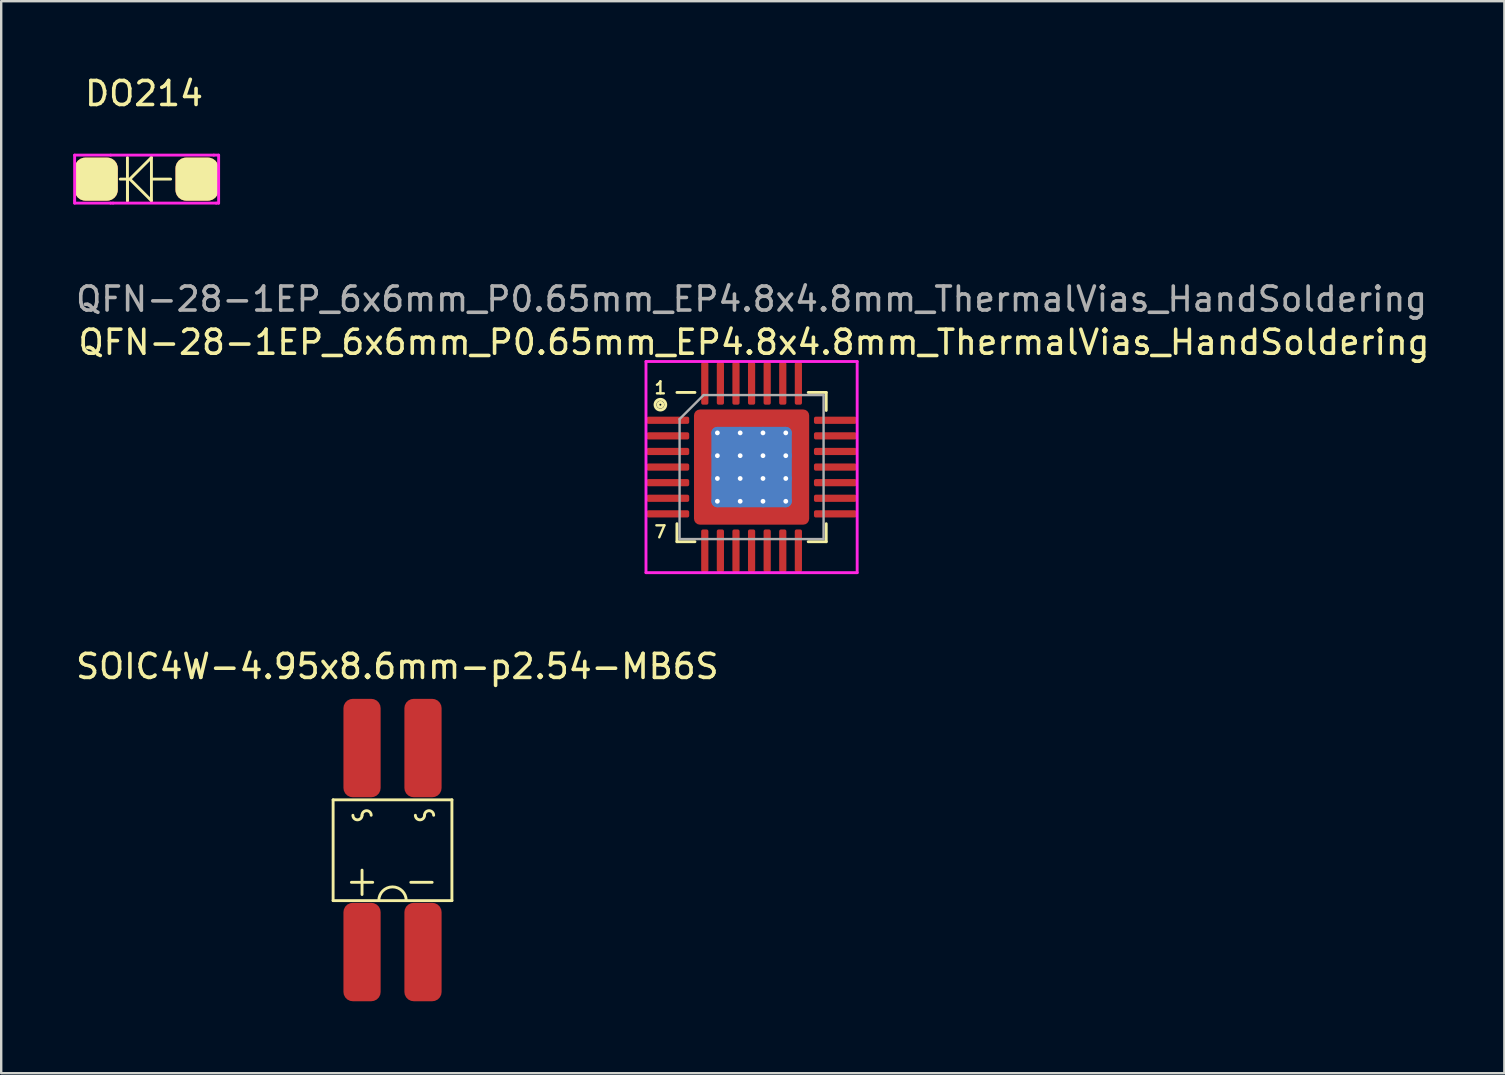
<source format=kicad_pcb>
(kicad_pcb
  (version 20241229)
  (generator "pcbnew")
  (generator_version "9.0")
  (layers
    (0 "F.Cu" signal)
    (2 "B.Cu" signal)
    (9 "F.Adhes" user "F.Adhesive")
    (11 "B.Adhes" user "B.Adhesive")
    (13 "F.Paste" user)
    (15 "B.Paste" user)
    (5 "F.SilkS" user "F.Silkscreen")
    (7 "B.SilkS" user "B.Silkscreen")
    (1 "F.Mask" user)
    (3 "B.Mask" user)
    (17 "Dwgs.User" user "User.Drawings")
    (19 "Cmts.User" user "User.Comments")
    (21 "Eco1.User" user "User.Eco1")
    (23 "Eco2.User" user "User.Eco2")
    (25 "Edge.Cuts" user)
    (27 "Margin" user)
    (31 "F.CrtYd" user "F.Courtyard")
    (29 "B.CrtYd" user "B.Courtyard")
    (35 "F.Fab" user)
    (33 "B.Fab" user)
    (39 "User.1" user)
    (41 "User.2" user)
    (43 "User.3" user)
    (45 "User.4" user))
  (footprint "DO214"
    (layer "F.Cu")
    (at 1.86 5.314)
    (property "Reference" "DO214" (at 1.092 -4.466 0) (layer "F.SilkS") (effects (font (size 1 1) (thickness 0.15))))
    (attr through_hole)
    (fp_line (start 0.4 -1.8) (end 0.4 0) (stroke (width 0.12) (type solid)) (layer "F.SilkS"))
    (fp_line (start 0.4 -0.9) (end 0.1 -0.9) (stroke (width 0.12) (type solid)) (layer "F.SilkS"))
    (fp_line (start 0.4 0) (end 0.4 -0.9) (stroke (width 0.12) (type solid)) (layer "F.SilkS"))
    (fp_line (start 1.4 -1.8) (end 0.5 -0.9) (stroke (width 0.12) (type solid)) (layer "F.SilkS"))
    (fp_line (start 1.4 -1.8) (end 1.4 0) (stroke (width 0.12) (type solid)) (layer "F.SilkS"))
    (fp_line (start 1.4 -0.9) (end 2.2 -0.9) (stroke (width 0.12) (type solid)) (layer "F.SilkS"))
    (fp_line (start 1.4 0) (end 0.5 -0.9) (stroke (width 0.12) (type solid)) (layer "F.SilkS"))
    (fp_line (start -1.8 -1.9) (end -1.8 0) (stroke (width 0.12) (type solid)) (layer "F.CrtYd"))
    (fp_line (start -1.8 0) (end -1.8 0.1) (stroke (width 0.12) (type solid)) (layer "F.CrtYd"))
    (fp_line (start -1.8 0.1) (end -0.3 0.1) (stroke (width 0.12) (type solid)) (layer "F.CrtYd"))
    (fp_line (start -0.3 -1.9) (end -1.8 -1.9) (stroke (width 0.12) (type solid)) (layer "F.CrtYd"))
    (fp_line (start -0.3 -1.9) (end 4 -1.9) (stroke (width 0.12) (type solid)) (layer "F.CrtYd"))
    (fp_line (start -0.3 0.1) (end -0.2 0.1) (stroke (width 0.12) (type solid)) (layer "F.CrtYd"))
    (fp_line (start -0.2 0.1) (end 4.1 0.1) (stroke (width 0.12) (type solid)) (layer "F.CrtYd"))
    (fp_line (start 4 -1.9) (end 4.2 -1.9) (stroke (width 0.12) (type solid)) (layer "F.CrtYd"))
    (fp_line (start 4.2 -1.9) (end 4.2 0.1) (stroke (width 0.12) (type solid)) (layer "F.CrtYd"))
    (fp_line (start 4.2 0.1) (end 4.1 0.1) (stroke (width 0.12) (type solid)) (layer "F.CrtYd"))
    (pad "1" smd roundrect (at -0.9 -0.9) (size 1.8 1.8) (layers "F.Cu" "F.Mask" "F.SilkS" "F.Paste") (roundrect_rratio 0.25))
    (pad "2" smd roundrect (at 3.3 -0.9) (size 1.8 1.8) (layers "F.Cu" "F.Mask" "F.SilkS" "F.Paste") (roundrect_rratio 0.25)))
  (footprint "QFN-28-1EP_6x6mm_P0.65mm_EP4.8x4.8mm_ThermalVias_HandSoldering"
    (layer "F.Cu")
    (at 28.268 16.413)
    (property "Reference" "QFN-28-1EP_6x6mm_P0.65mm_EP4.8x4.8mm_ThermalVias_HandSoldering" (at 0.1 -5.2 0) (layer "F.SilkS") (effects (font (size 1 1) (thickness 0.15))))
    (attr smd)
    (fp_line (start -3.11 3.11) (end -3.11 2.36) (stroke (width 0.12) (type solid)) (layer "F.SilkS"))
    (fp_line (start -2.36 -3.11) (end -3.11 -3.11) (stroke (width 0.12) (type solid)) (layer "F.SilkS"))
    (fp_line (start -2.36 3.11) (end -3.11 3.11) (stroke (width 0.12) (type solid)) (layer "F.SilkS"))
    (fp_line (start 2.36 -3.11) (end 3.11 -3.11) (stroke (width 0.12) (type solid)) (layer "F.SilkS"))
    (fp_line (start 2.36 3.11) (end 3.11 3.11) (stroke (width 0.12) (type solid)) (layer "F.SilkS"))
    (fp_line (start 3.11 -3.11) (end 3.11 -2.36) (stroke (width 0.12) (type solid)) (layer "F.SilkS"))
    (fp_line (start 3.11 3.11) (end 3.11 2.36) (stroke (width 0.12) (type solid)) (layer "F.SilkS"))
    (fp_circle (center -3.8 -2.6) (end -4 -2.7) (stroke (width 0.12) (type solid)) (fill no) (layer "F.SilkS"))
    (fp_circle (center -3.8 -2.6) (end -3.9 -2.6) (stroke (width 0.12) (type solid)) (fill no) (layer "F.SilkS"))
    (fp_line (start -4.4 -4.4) (end 4.4 -4.4) (stroke (width 0.12) (type solid)) (layer "F.CrtYd"))
    (fp_line (start -4.4 4.4) (end -4.4 -4.4) (stroke (width 0.12) (type solid)) (layer "F.CrtYd"))
    (fp_line (start 4.4 -4.4) (end 4.4 4.4) (stroke (width 0.12) (type solid)) (layer "F.CrtYd"))
    (fp_line (start 4.4 4.4) (end -4.4 4.4) (stroke (width 0.12) (type solid)) (layer "F.CrtYd"))
    (fp_line (start -3 -2) (end -2 -3) (stroke (width 0.1) (type solid)) (layer "F.Fab"))
    (fp_line (start -3 3) (end -3 -2) (stroke (width 0.1) (type solid)) (layer "F.Fab"))
    (fp_line (start -2 -3) (end 3 -3) (stroke (width 0.1) (type solid)) (layer "F.Fab"))
    (fp_line (start 3 -3) (end 3 3) (stroke (width 0.1) (type solid)) (layer "F.Fab"))
    (fp_line (start 3 3) (end -3 3) (stroke (width 0.1) (type solid)) (layer "F.Fab"))
    (fp_text user "1" (at -3.8 -3.3 0) (layer "F.SilkS") (effects (font (size 0.5 0.5) (thickness 0.1))))
    (fp_text user "7" (at -3.8 2.7 180) (layer "F.SilkS") (effects (font (size 0.5 0.5) (thickness 0.1))))
    (fp_text user "${REFERENCE}" (at 0 -7 0) (layer "F.Fab") (effects (font (size 1 1) (thickness 0.15))))
    (pad "" smd roundrect (at -1.913 -1.913) (size 0.786 0.786) (layers "F.Paste") (roundrect_rratio 0.25))
    (pad "" smd roundrect (at -1.913 -0.95) (size 0.786 0.766) (layers "F.Paste") (roundrect_rratio 0.25))
    (pad "" smd roundrect (at -1.913 0) (size 0.786 0.766) (layers "F.Paste") (roundrect_rratio 0.25))
    (pad "" smd roundrect (at -1.913 0.95) (size 0.786 0.766) (layers "F.Paste") (roundrect_rratio 0.25))
    (pad "" smd roundrect (at -1.913 1.913) (size 0.786 0.786) (layers "F.Paste") (roundrect_rratio 0.25))
    (pad "" smd roundrect (at -0.95 -1.913) (size 0.766 0.786) (layers "F.Paste") (roundrect_rratio 0.25))
    (pad "" smd roundrect (at -0.95 -0.95) (size 0.766 0.766) (layers "F.Paste") (roundrect_rratio 0.25))
    (pad "" smd roundrect (at -0.95 0) (size 0.766 0.766) (layers "F.Paste") (roundrect_rratio 0.25))
    (pad "" smd roundrect (at -0.95 0.95) (size 0.766 0.766) (layers "F.Paste") (roundrect_rratio 0.25))
    (pad "" smd roundrect (at -0.95 1.913) (size 0.766 0.786) (layers "F.Paste") (roundrect_rratio 0.25))
    (pad "" smd roundrect (at 0 -1.913) (size 0.766 0.786) (layers "F.Paste") (roundrect_rratio 0.25))
    (pad "" smd roundrect (at 0 -0.95) (size 0.766 0.766) (layers "F.Paste") (roundrect_rratio 0.25))
    (pad "" smd roundrect (at 0 0) (size 0.766 0.766) (layers "F.Paste") (roundrect_rratio 0.25))
    (pad "" smd roundrect (at 0 0.95) (size 0.766 0.766) (layers "F.Paste") (roundrect_rratio 0.25))
    (pad "" smd roundrect (at 0 1.913) (size 0.766 0.786) (layers "F.Paste") (roundrect_rratio 0.25))
    (pad "" smd roundrect (at 0.95 -1.913) (size 0.766 0.786) (layers "F.Paste") (roundrect_rratio 0.25))
    (pad "" smd roundrect (at 0.95 -0.95) (size 0.766 0.766) (layers "F.Paste") (roundrect_rratio 0.25))
    (pad "" smd roundrect (at 0.95 0) (size 0.766 0.766) (layers "F.Paste") (roundrect_rratio 0.25))
    (pad "" smd roundrect (at 0.95 0.95) (size 0.766 0.766) (layers "F.Paste") (roundrect_rratio 0.25))
    (pad "" smd roundrect (at 0.95 1.913) (size 0.766 0.786) (layers "F.Paste") (roundrect_rratio 0.25))
    (pad "" smd roundrect (at 1.913 -1.913) (size 0.786 0.786) (layers "F.Paste") (roundrect_rratio 0.25))
    (pad "" smd roundrect (at 1.913 -0.95) (size 0.786 0.766) (layers "F.Paste") (roundrect_rratio 0.25))
    (pad "" smd roundrect (at 1.913 0) (size 0.786 0.766) (layers "F.Paste") (roundrect_rratio 0.25))
    (pad "" smd roundrect (at 1.913 0.95) (size 0.786 0.766) (layers "F.Paste") (roundrect_rratio 0.25))
    (pad "" smd roundrect (at 1.913 1.913) (size 0.786 0.786) (layers "F.Paste") (roundrect_rratio 0.25))
    (pad "1" smd roundrect (at -2.987 -1.95) (size 1.775 0.3) (drill (offset -0.5 0)) (layers "F.Cu" "F.Mask" "F.Paste") (roundrect_rratio 0.25))
    (pad "2" smd roundrect (at -2.987 -1.3) (size 1.775 0.3) (drill (offset -0.5 0)) (layers "F.Cu" "F.Mask" "F.Paste") (roundrect_rratio 0.25))
    (pad "3" smd roundrect (at -2.987 -0.65) (size 1.775 0.3) (drill (offset -0.5 0)) (layers "F.Cu" "F.Mask" "F.Paste") (roundrect_rratio 0.25))
    (pad "4" smd roundrect (at -2.987 0) (size 1.775 0.3) (drill (offset -0.5 0)) (layers "F.Cu" "F.Mask" "F.Paste") (roundrect_rratio 0.25))
    (pad "5" smd roundrect (at -2.987 0.65) (size 1.775 0.3) (drill (offset -0.5 0)) (layers "F.Cu" "F.Mask" "F.Paste") (roundrect_rratio 0.25))
    (pad "6" smd roundrect (at -2.987 1.3) (size 1.775 0.3) (drill (offset -0.5 0)) (layers "F.Cu" "F.Mask" "F.Paste") (roundrect_rratio 0.25))
    (pad "7" smd roundrect (at -2.987 1.95) (size 1.775 0.3) (drill (offset -0.5 0)) (layers "F.Cu" "F.Mask" "F.Paste") (roundrect_rratio 0.25))
    (pad "8" smd roundrect (at -1.95 2.987) (size 0.3 1.775) (drill (offset 0 0.5)) (layers "F.Cu" "F.Mask" "F.Paste") (roundrect_rratio 0.25))
    (pad "9" smd roundrect (at -1.3 2.987) (size 0.3 1.775) (drill (offset 0 0.5)) (layers "F.Cu" "F.Mask" "F.Paste") (roundrect_rratio 0.25))
    (pad "10" smd roundrect (at -0.65 2.987) (size 0.3 1.775) (drill (offset 0 0.5)) (layers "F.Cu" "F.Mask" "F.Paste") (roundrect_rratio 0.25))
    (pad "11" smd roundrect (at 0 2.987) (size 0.3 1.775) (drill (offset 0 0.5)) (layers "F.Cu" "F.Mask" "F.Paste") (roundrect_rratio 0.25))
    (pad "12" smd roundrect (at 0.65 2.987) (size 0.3 1.775) (drill (offset 0 0.5)) (layers "F.Cu" "F.Mask" "F.Paste") (roundrect_rratio 0.25))
    (pad "13" smd roundrect (at 1.3 2.987) (size 0.3 1.775) (drill (offset 0 0.5)) (layers "F.Cu" "F.Mask" "F.Paste") (roundrect_rratio 0.25))
    (pad "14" smd roundrect (at 1.95 2.987) (size 0.3 1.775) (drill (offset 0 0.5)) (layers "F.Cu" "F.Mask" "F.Paste") (roundrect_rratio 0.25))
    (pad "15" smd roundrect (at 2.987 1.95) (size 1.775 0.3) (drill (offset 0.5 0)) (layers "F.Cu" "F.Mask" "F.Paste") (roundrect_rratio 0.25))
    (pad "16" smd roundrect (at 2.987 1.3) (size 1.775 0.3) (drill (offset 0.5 0)) (layers "F.Cu" "F.Mask" "F.Paste") (roundrect_rratio 0.25))
    (pad "17" smd roundrect (at 2.987 0.65) (size 1.775 0.3) (drill (offset 0.5 0)) (layers "F.Cu" "F.Mask" "F.Paste") (roundrect_rratio 0.25))
    (pad "18" smd roundrect (at 2.987 0) (size 1.775 0.3) (drill (offset 0.5 0)) (layers "F.Cu" "F.Mask" "F.Paste") (roundrect_rratio 0.25))
    (pad "19" smd roundrect (at 2.987 -0.65) (size 1.775 0.3) (drill (offset 0.5 0)) (layers "F.Cu" "F.Mask" "F.Paste") (roundrect_rratio 0.25))
    (pad "20" smd roundrect (at 2.987 -1.3) (size 1.775 0.3) (drill (offset 0.5 0)) (layers "F.Cu" "F.Mask" "F.Paste") (roundrect_rratio 0.25))
    (pad "21" smd roundrect (at 2.987 -1.95) (size 1.775 0.3) (drill (offset 0.5 0)) (layers "F.Cu" "F.Mask" "F.Paste") (roundrect_rratio 0.25))
    (pad "22" smd roundrect (at 1.95 -2.987) (size 0.3 1.775) (drill (offset 0 -0.5)) (layers "F.Cu" "F.Mask" "F.Paste") (roundrect_rratio 0.25))
    (pad "23" smd roundrect (at 1.3 -2.987) (size 0.3 1.775) (drill (offset 0 -0.5)) (layers "F.Cu" "F.Mask" "F.Paste") (roundrect_rratio 0.25))
    (pad "24" smd roundrect (at 0.65 -2.987) (size 0.3 1.775) (drill (offset 0 -0.5)) (layers "F.Cu" "F.Mask" "F.Paste") (roundrect_rratio 0.25))
    (pad "25" smd roundrect (at 0 -2.987) (size 0.3 1.775) (drill (offset 0 -0.5)) (layers "F.Cu" "F.Mask" "F.Paste") (roundrect_rratio 0.25))
    (pad "26" smd roundrect (at -0.65 -2.987) (size 0.3 1.775) (drill (offset 0 -0.5)) (layers "F.Cu" "F.Mask" "F.Paste") (roundrect_rratio 0.25))
    (pad "27" smd roundrect (at -1.3 -2.987) (size 0.3 1.775) (drill (offset 0 -0.5)) (layers "F.Cu" "F.Mask" "F.Paste") (roundrect_rratio 0.25))
    (pad "28" smd roundrect (at -1.95 -2.987) (size 0.3 1.775) (drill (offset 0 -0.5)) (layers "F.Cu" "F.Mask" "F.Paste") (roundrect_rratio 0.25))
    (pad "29" thru_hole circle (at -1.425 -1.425) (size 0.5 0.5) (drill 0.2) (layers "*.Cu"))
    (pad "29" thru_hole circle (at -1.425 -0.475) (size 0.5 0.5) (drill 0.2) (layers "*.Cu"))
    (pad "29" thru_hole circle (at -1.425 0.475) (size 0.5 0.5) (drill 0.2) (layers "*.Cu"))
    (pad "29" thru_hole circle (at -1.425 1.425) (size 0.5 0.5) (drill 0.2) (layers "*.Cu"))
    (pad "29" thru_hole circle (at -0.475 -1.425) (size 0.5 0.5) (drill 0.2) (layers "*.Cu"))
    (pad "29" thru_hole circle (at -0.475 -0.475) (size 0.5 0.5) (drill 0.2) (layers "*.Cu"))
    (pad "29" thru_hole circle (at -0.475 0.475) (size 0.5 0.5) (drill 0.2) (layers "*.Cu"))
    (pad "29" thru_hole circle (at -0.475 1.425) (size 0.5 0.5) (drill 0.2) (layers "*.Cu"))
    (pad "29" smd roundrect (at 0 0) (size 3.35 3.35) (layers "B.Cu") (roundrect_rratio 0.075))
    (pad "29" smd roundrect (at 0 0) (size 4.8 4.8) (layers "F.Cu" "F.Mask") (roundrect_rratio 0.052))
    (pad "29" thru_hole circle (at 0.475 -1.425) (size 0.5 0.5) (drill 0.2) (layers "*.Cu"))
    (pad "29" thru_hole circle (at 0.475 -0.475) (size 0.5 0.5) (drill 0.2) (layers "*.Cu"))
    (pad "29" thru_hole circle (at 0.475 0.475) (size 0.5 0.5) (drill 0.2) (layers "*.Cu"))
    (pad "29" thru_hole circle (at 0.475 1.425) (size 0.5 0.5) (drill 0.2) (layers "*.Cu"))
    (pad "29" thru_hole circle (at 1.425 -1.425) (size 0.5 0.5) (drill 0.2) (layers "*.Cu"))
    (pad "29" thru_hole circle (at 1.425 -0.475) (size 0.5 0.5) (drill 0.2) (layers "*.Cu"))
    (pad "29" thru_hole circle (at 1.425 0.475) (size 0.5 0.5) (drill 0.2) (layers "*.Cu"))
    (pad "29" thru_hole circle (at 1.425 1.425) (size 0.5 0.5) (drill 0.2) (layers "*.Cu")))
  (footprint "SOIC4W-4.95x8.6mm-p2.54-MB6S"
    (layer "F.Cu")
    (at 13.306 32.171)
    (property "Reference" "SOIC4W-4.95x8.6mm-p2.54-MB6S" (at 0.2 -7.45 0) (layer "F.SilkS") (effects (font (size 1 1) (thickness 0.15))))
    (attr through_hole)
    (fp_line (start -2.475 -1.893) (end 2.475 -1.893) (stroke (width 0.12) (type solid)) (layer "F.SilkS"))
    (fp_line (start -2.475 2.307) (end -2.475 -1.893) (stroke (width 0.12) (type solid)) (layer "F.SilkS"))
    (fp_line (start -2.475 2.307) (end 2.475 2.307) (stroke (width 0.12) (type solid)) (layer "F.SilkS"))
    (fp_line (start -1.714 1.545) (end -0.826 1.545) (stroke (width 0.12) (type solid)) (layer "F.SilkS"))
    (fp_line (start -1.27 2.053) (end -1.27 1.037) (stroke (width 0.12) (type solid)) (layer "F.SilkS"))
    (fp_line (start 0.762 1.545) (end 1.651 1.545) (stroke (width 0.12) (type solid)) (layer "F.SilkS"))
    (fp_line (start 2.475 2.307) (end 2.475 -1.893) (stroke (width 0.12) (type solid)) (layer "F.SilkS"))
    (fp_arc (start -1.27 -1.249) (mid -1.4605 -1.0585) (end -1.651 -1.249) (stroke (width 0.12) (type solid)) (layer "F.SilkS"))
    (fp_arc (start -1.27 -1.249) (mid -1.0795 -1.4395) (end -0.889 -1.249) (stroke (width 0.12) (type solid)) (layer "F.SilkS"))
    (fp_arc (start -0.5715 2.307) (mid 0 1.7355) (end 0.5715 2.307) (stroke (width 0.12) (type solid)) (layer "F.SilkS"))
    (fp_arc (start 1.3335 -1.249) (mid 1.143 -1.0585) (end 0.9525 -1.249) (stroke (width 0.12) (type solid)) (layer "F.SilkS"))
    (fp_arc (start 1.3335 -1.249) (mid 1.524 -1.4395) (end 1.7145 -1.249) (stroke (width 0.12) (type solid)) (layer "F.SilkS"))
    (pad "1" smd roundrect (at -1.27 3.45) (size 1.55 4.1) (drill (offset 0 1)) (layers "F.Cu" "F.Mask" "F.Paste") (roundrect_rratio 0.25))
    (pad "2" smd roundrect (at 1.27 3.45) (size 1.55 4.1) (drill (offset 0 1)) (layers "F.Cu" "F.Mask" "F.Paste") (roundrect_rratio 0.25))
    (pad "3" smd roundrect (at 1.27 -3.05) (size 1.55 4.1) (drill (offset 0 -1)) (layers "F.Cu" "F.Mask" "F.Paste") (roundrect_rratio 0.25))
    (pad "4" smd roundrect (at -1.27 -3.05) (size 1.55 4.1) (drill (offset 0 -1)) (layers "F.Cu" "F.Mask" "F.Paste") (roundrect_rratio 0.25)))
  (gr_rect
    (start -3 -3)
    (end 59.636 41.671)
    (stroke (width 0.1) (type default))
    (fill no)
    (layer "Edge.Cuts")))
</source>
